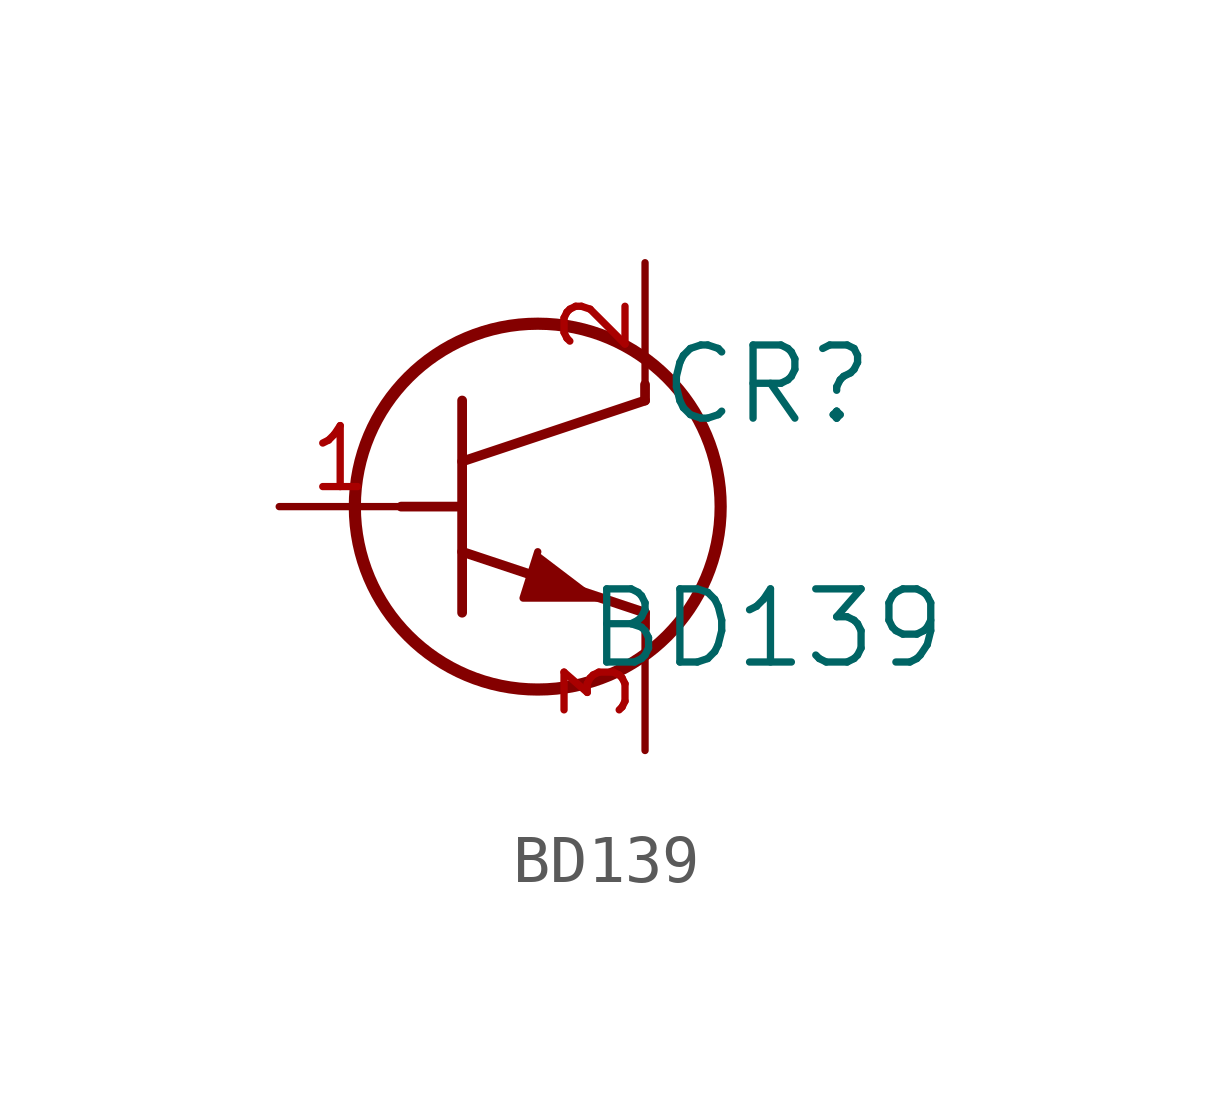
<source format=kicad_sym>
(kicad_symbol_lib
  (version 20211014)
  (generator kicad_symbol_editor)
  (symbol "BD139"
    (pin_names
      (offset 0.254))
    (property "Reference" "CR"
      (at 10.16 2.54 0)
      (effects (font (size 1.524 1.524))))
    (property "Value" "BD139"
      (at 10.16 -2.54 0)
      (effects (font (size 1.524 1.524))))
    (symbol "BD139_0_1"
      (circle (center 5.385 0) (radius 3.81) (stroke (width 0.254) (type default) (color 0 0 0 0)) (fill (type none)))
      (polyline (pts (xy 3.81 -2.21) (xy 3.81 2.21)) (stroke (width 0.203) (type default) (color 0 0 0 0)) (fill (type none)))
      (polyline (pts (xy 3.81 0.94) (xy 7.62 2.21)) (stroke (width 0.203) (type default) (color 0 0 0 0)) (fill (type none)))
      (polyline (pts (xy 3.81 -0.94) (xy 7.62 -2.21)) (stroke (width 0.203) (type default) (color 0 0 0 0)) (fill (type none)))
      (polyline (pts (xy 7.62 -2.54) (xy 7.62 -2.21)) (stroke (width 0.203) (type default) (color 0 0 0 0)) (fill (type none)))
      (polyline (pts (xy 7.62 2.21) (xy 7.62 2.54)) (stroke (width 0.203) (type default) (color 0 0 0 0)) (fill (type none)))
      (polyline (pts (xy 2.54 0) (xy 3.81 0)) (stroke (width 0.203) (type default) (color 0 0 0 0)) (fill (type none)))
      (polyline (pts (xy 5.385 -0.94) (xy 5.08 -1.905) (xy 6.655 -1.905)) (stroke (width 0) (type default) (color 0 0 0 0)) (fill (type outline)))
      (pin unspecified line (at 0 0 0) (length 2.54) (name "" (effects (font (size 1.27 1.27)))) (number "1" (effects (font (size 1.27 1.27)))))
      (pin unspecified line (at 7.62 5.08 270) (length 2.54) (name "" (effects (font (size 1.27 1.27)))) (number "2" (effects (font (size 1.27 1.27)))))
      (pin unspecified line (at 7.62 -5.08 90) (length 2.54) (name "" (effects (font (size 1.27 1.27)))) (number "3" (effects (font (size 1.27 1.27))))))))
</source>
